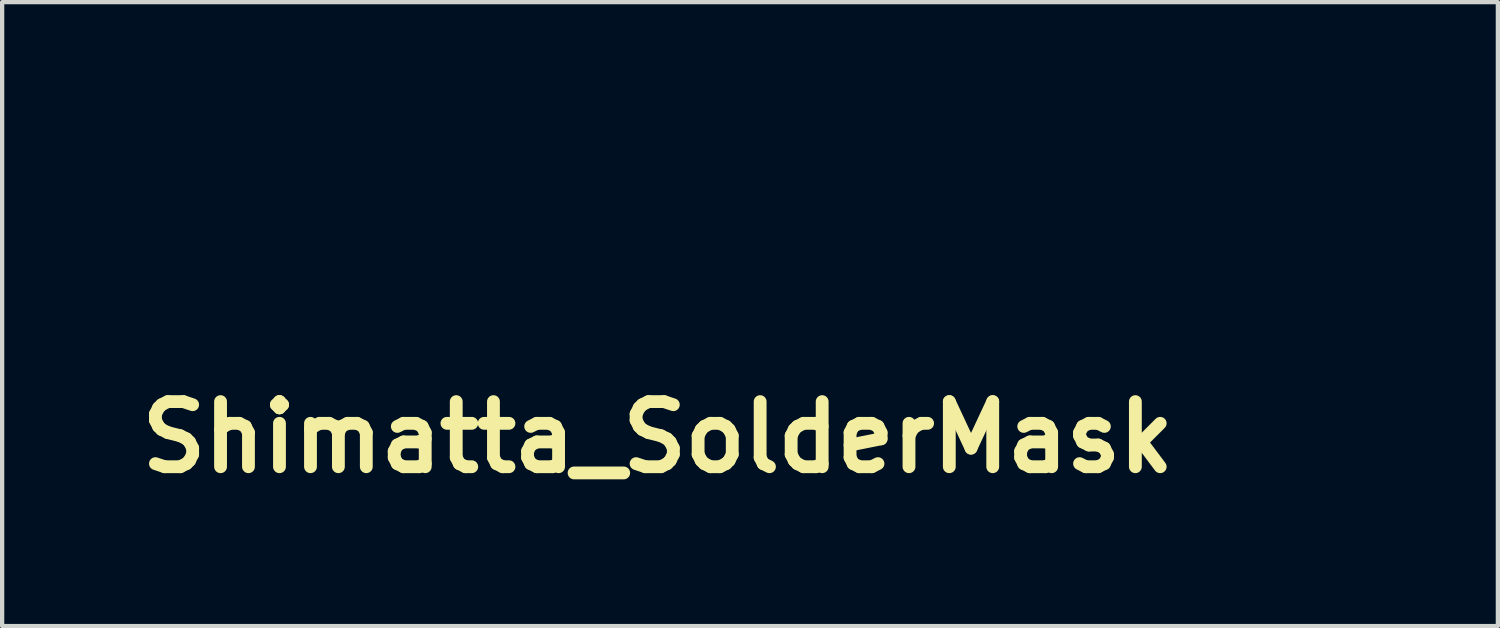
<source format=kicad_pcb>
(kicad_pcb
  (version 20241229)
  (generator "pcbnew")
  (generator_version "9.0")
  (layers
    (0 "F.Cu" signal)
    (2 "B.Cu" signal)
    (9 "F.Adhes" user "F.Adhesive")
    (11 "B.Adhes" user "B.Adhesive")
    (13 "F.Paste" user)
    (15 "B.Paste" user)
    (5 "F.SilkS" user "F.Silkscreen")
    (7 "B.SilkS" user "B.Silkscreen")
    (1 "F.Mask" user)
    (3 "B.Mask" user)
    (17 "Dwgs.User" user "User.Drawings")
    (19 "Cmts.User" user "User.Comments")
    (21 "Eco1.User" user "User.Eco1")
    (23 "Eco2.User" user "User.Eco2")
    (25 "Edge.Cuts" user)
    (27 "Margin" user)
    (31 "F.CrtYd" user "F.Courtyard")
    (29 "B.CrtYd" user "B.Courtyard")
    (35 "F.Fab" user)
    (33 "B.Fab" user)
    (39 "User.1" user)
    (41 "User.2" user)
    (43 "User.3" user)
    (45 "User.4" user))
  (footprint "Shimatta_SolderMask"
    (layer "F.Cu")
    (at 19.964 2.103)
    (property "Reference" "Shimatta_SolderMask" (at -7.62 5.08 0) (layer "F.SilkS") (effects (font (size 1.524 1.524) (thickness 0.3))))
    (attr through_hole)
    (fp_poly (pts (xy 8.989 1.856) (xy 8.982 1.888) (xy 8.962 1.916) (xy 8.927 1.94) (xy 8.876 1.962) (xy 8.809 1.98) (xy 8.723 1.997) (xy 8.618 2.011) (xy 8.507 2.022) (xy 8.467 2.025) (xy 8.411 2.027) (xy 8.344 2.029) (xy 8.27 2.03) (xy 8.192 2.031) (xy 8.114 2.031) (xy 8.041 2.031) (xy 7.976 2.03) (xy 7.924 2.029) (xy 7.888 2.027) (xy 7.883 2.026) (xy 7.723 2.003) (xy 7.582 1.971) (xy 7.457 1.93) (xy 7.345 1.88) (xy 7.246 1.818) (xy 7.156 1.746) (xy 7.12 1.71) (xy 7.039 1.613) (xy 6.979 1.511) (xy 6.939 1.404) (xy 6.919 1.291) (xy 6.92 1.172) (xy 6.928 1.11) (xy 6.947 1.018) (xy 6.975 0.919) (xy 7.007 0.823) (xy 7.039 0.746) (xy 7.069 0.683) (xy 7.087 0.711) (xy 7.096 0.726) (xy 7.099 0.741) (xy 7.098 0.762) (xy 7.09 0.794) (xy 7.084 0.816) (xy 7.056 0.94) (xy 7.041 1.059) (xy 7.039 1.17) (xy 7.051 1.269) (xy 7.057 1.292) (xy 7.094 1.396) (xy 7.15 1.491) (xy 7.221 1.575) (xy 7.307 1.646) (xy 7.404 1.702) (xy 7.448 1.721) (xy 7.514 1.743) (xy 7.58 1.76) (xy 7.648 1.772) (xy 7.725 1.779) (xy 7.814 1.783) (xy 7.888 1.783) (xy 7.964 1.782) (xy 8.03 1.78) (xy 8.09 1.776) (xy 8.15 1.769) (xy 8.212 1.758) (xy 8.283 1.744) (xy 8.365 1.725) (xy 8.454 1.703) (xy 8.542 1.682) (xy 8.612 1.667) (xy 8.669 1.658) (xy 8.715 1.654) (xy 8.753 1.655) (xy 8.786 1.661) (xy 8.807 1.667) (xy 8.858 1.69) (xy 8.906 1.724) (xy 8.946 1.764) (xy 8.975 1.807) (xy 8.988 1.847) (xy 8.989 1.856)) (stroke (width 0.1) (type solid)) (fill yes) (layer "F.Mask"))
    (fp_poly (pts (xy 8.82 -0.542) (xy 8.815 -0.522) (xy 8.799 -0.502) (xy 8.77 -0.481) (xy 8.728 -0.458) (xy 8.669 -0.433) (xy 8.593 -0.404) (xy 8.528 -0.381) (xy 8.314 -0.3) (xy 8.118 -0.211) (xy 7.938 -0.114) (xy 7.773 -0.006) (xy 7.721 0.032) (xy 7.688 0.057) (xy 7.662 0.075) (xy 7.646 0.084) (xy 7.645 0.085) (xy 7.635 0.076) (xy 7.622 0.057) (xy 7.616 0.044) (xy 7.616 0.032) (xy 7.623 0.018) (xy 7.64 -0.001) (xy 7.67 -0.029) (xy 7.687 -0.045) (xy 7.782 -0.131) (xy 7.874 -0.211) (xy 7.96 -0.282) (xy 8.036 -0.343) (xy 8.09 -0.382) (xy 8.133 -0.412) (xy 8.171 -0.44) (xy 8.2 -0.463) (xy 8.214 -0.474) (xy 8.23 -0.492) (xy 8.232 -0.506) (xy 8.224 -0.522) (xy 8.214 -0.533) (xy 8.2 -0.54) (xy 8.178 -0.544) (xy 8.141 -0.545) (xy 8.119 -0.545) (xy 8.082 -0.543) (xy 8.042 -0.539) (xy 7.995 -0.531) (xy 7.938 -0.52) (xy 7.867 -0.503) (xy 7.814 -0.49) (xy 7.68 -0.457) (xy 7.564 -0.431) (xy 7.462 -0.411) (xy 7.374 -0.397) (xy 7.295 -0.389) (xy 7.224 -0.387) (xy 7.158 -0.391) (xy 7.094 -0.4) (xy 7.03 -0.414) (xy 6.972 -0.431) (xy 6.935 -0.443) (xy 6.914 -0.454) (xy 6.906 -0.467) (xy 6.908 -0.485) (xy 6.909 -0.489) (xy 6.915 -0.516) (xy 6.981 -0.495) (xy 7.02 -0.485) (xy 7.062 -0.48) (xy 7.11 -0.48) (xy 7.164 -0.484) (xy 7.227 -0.495) (xy 7.302 -0.512) (xy 7.388 -0.535) (xy 7.49 -0.564) (xy 7.608 -0.601) (xy 7.693 -0.629) (xy 7.796 -0.662) (xy 7.881 -0.689) (xy 7.953 -0.71) (xy 8.014 -0.726) (xy 8.068 -0.738) (xy 8.118 -0.747) (xy 8.167 -0.752) (xy 8.219 -0.755) (xy 8.275 -0.756) (xy 8.311 -0.756) (xy 8.38 -0.756) (xy 8.433 -0.755) (xy 8.474 -0.752) (xy 8.509 -0.748) (xy 8.543 -0.74) (xy 8.574 -0.732) (xy 8.648 -0.706) (xy 8.711 -0.674) (xy 8.763 -0.637) (xy 8.799 -0.599) (xy 8.818 -0.56) (xy 8.82 -0.542)) (stroke (width 0.1) (type solid)) (fill yes) (layer "F.Mask"))
    (fp_poly (pts (xy -5.938 0.825) (xy -5.939 0.839) (xy -5.95 0.857) (xy -5.994 0.915) (xy -6.051 0.983) (xy -6.119 1.059) (xy -6.194 1.141) (xy -6.274 1.225) (xy -6.325 1.276) (xy -6.458 1.403) (xy -6.584 1.513) (xy -6.707 1.611) (xy -6.831 1.697) (xy -6.96 1.775) (xy -7.054 1.826) (xy -7.231 1.908) (xy -7.407 1.972) (xy -7.582 2.018) (xy -7.753 2.044) (xy -7.92 2.051) (xy -8.045 2.042) (xy -8.178 2.018) (xy -8.304 1.979) (xy -8.421 1.927) (xy -8.525 1.861) (xy -8.615 1.785) (xy -8.686 1.701) (xy -8.745 1.606) (xy -8.795 1.501) (xy -8.835 1.383) (xy -8.868 1.251) (xy -8.892 1.104) (xy -8.909 0.938) (xy -8.915 0.852) (xy -8.918 0.758) (xy -8.92 0.646) (xy -8.919 0.518) (xy -8.916 0.377) (xy -8.911 0.225) (xy -8.904 0.067) (xy -8.896 -0.097) (xy -8.887 -0.262) (xy -8.876 -0.427) (xy -8.864 -0.589) (xy -8.851 -0.744) (xy -8.837 -0.891) (xy -8.822 -1.026) (xy -8.817 -1.064) (xy -8.807 -1.163) (xy -8.799 -1.259) (xy -8.795 -1.359) (xy -8.794 -1.471) (xy -8.794 -1.482) (xy -8.794 -1.558) (xy -8.794 -1.617) (xy -8.795 -1.661) (xy -8.798 -1.693) (xy -8.801 -1.719) (xy -8.806 -1.74) (xy -8.814 -1.76) (xy -8.817 -1.77) (xy -8.852 -1.84) (xy -8.893 -1.897) (xy -8.938 -1.938) (xy -8.941 -1.94) (xy -8.967 -1.964) (xy -8.972 -1.99) (xy -8.959 -2.014) (xy -8.945 -2.016) (xy -8.915 -2.013) (xy -8.875 -2.006) (xy -8.827 -1.995) (xy -8.776 -1.983) (xy -8.728 -1.97) (xy -8.686 -1.957) (xy -8.674 -1.953) (xy -8.605 -1.921) (xy -8.545 -1.881) (xy -8.498 -1.837) (xy -8.471 -1.797) (xy -8.456 -1.753) (xy -8.45 -1.701) (xy -8.452 -1.637) (xy -8.463 -1.558) (xy -8.465 -1.546) (xy -8.51 -1.295) (xy -8.548 -1.061) (xy -8.58 -0.839) (xy -8.606 -0.626) (xy -8.627 -0.418) (xy -8.643 -0.212) (xy -8.654 -0.003) (xy -8.662 0.212) (xy -8.665 0.436) (xy -8.666 0.54) (xy -8.666 0.665) (xy -8.665 0.772) (xy -8.663 0.863) (xy -8.661 0.94) (xy -8.657 1.007) (xy -8.652 1.067) (xy -8.645 1.121) (xy -8.636 1.172) (xy -8.625 1.224) (xy -8.612 1.278) (xy -8.607 1.298) (xy -8.566 1.423) (xy -8.512 1.532) (xy -8.444 1.625) (xy -8.363 1.701) (xy -8.269 1.761) (xy -8.162 1.805) (xy -8.044 1.831) (xy -7.913 1.841) (xy -7.771 1.834) (xy -7.617 1.809) (xy -7.536 1.791) (xy -7.355 1.735) (xy -7.169 1.661) (xy -6.981 1.568) (xy -6.79 1.457) (xy -6.6 1.33) (xy -6.411 1.187) (xy -6.225 1.03) (xy -6.094 0.907) (xy -6.048 0.862) (xy -6.014 0.831) (xy -5.991 0.81) (xy -5.975 0.799) (xy -5.965 0.796) (xy -5.957 0.8) (xy -5.95 0.808) (xy -5.95 0.808) (xy -5.938 0.825)) (stroke (width 0.1) (type solid)) (fill yes) (layer "F.Mask"))
    (fp_poly (pts (xy 3.851 0.026) (xy 3.848 0.185) (xy 3.825 0.341) (xy 3.782 0.494) (xy 3.718 0.641) (xy 3.636 0.782) (xy 3.629 0.792) (xy 3.578 0.859) (xy 3.514 0.932) (xy 3.44 1.007) (xy 3.363 1.079) (xy 3.285 1.143) (xy 3.215 1.195) (xy 3.074 1.28) (xy 2.922 1.355) (xy 2.759 1.42) (xy 2.583 1.475) (xy 2.393 1.521) (xy 2.187 1.558) (xy 1.965 1.586) (xy 1.724 1.606) (xy 1.673 1.609) (xy 1.591 1.613) (xy 1.529 1.617) (xy 1.482 1.619) (xy 1.449 1.619) (xy 1.427 1.618) (xy 1.413 1.616) (xy 1.406 1.612) (xy 1.402 1.606) (xy 1.401 1.604) (xy 1.399 1.578) (xy 1.415 1.561) (xy 1.444 1.556) (xy 1.478 1.555) (xy 1.528 1.55) (xy 1.592 1.542) (xy 1.664 1.533) (xy 1.741 1.522) (xy 1.819 1.51) (xy 1.894 1.498) (xy 1.962 1.486) (xy 1.987 1.481) (xy 2.198 1.433) (xy 2.399 1.374) (xy 2.587 1.305) (xy 2.763 1.225) (xy 2.925 1.136) (xy 3.073 1.039) (xy 3.205 0.934) (xy 3.321 0.822) (xy 3.419 0.702) (xy 3.499 0.577) (xy 3.559 0.447) (xy 3.588 0.36) (xy 3.618 0.219) (xy 3.627 0.083) (xy 3.616 -0.047) (xy 3.586 -0.169) (xy 3.537 -0.283) (xy 3.469 -0.389) (xy 3.383 -0.484) (xy 3.279 -0.57) (xy 3.157 -0.644) (xy 3.109 -0.667) (xy 3.034 -0.7) (xy 2.964 -0.723) (xy 2.893 -0.74) (xy 2.816 -0.75) (xy 2.728 -0.756) (xy 2.647 -0.757) (xy 2.575 -0.756) (xy 2.519 -0.755) (xy 2.473 -0.752) (xy 2.432 -0.747) (xy 2.39 -0.739) (xy 2.342 -0.728) (xy 2.339 -0.727) (xy 2.255 -0.707) (xy 2.175 -0.684) (xy 2.096 -0.659) (xy 2.017 -0.631) (xy 1.934 -0.598) (xy 1.844 -0.56) (xy 1.745 -0.514) (xy 1.635 -0.461) (xy 1.51 -0.398) (xy 1.456 -0.371) (xy 1.344 -0.315) (xy 1.249 -0.269) (xy 1.168 -0.232) (xy 1.101 -0.203) (xy 1.044 -0.183) (xy 0.997 -0.169) (xy 0.956 -0.161) (xy 0.924 -0.159) (xy 0.858 -0.169) (xy 0.791 -0.199) (xy 0.725 -0.247) (xy 0.662 -0.312) (xy 0.627 -0.358) (xy 0.605 -0.39) (xy 0.594 -0.41) (xy 0.591 -0.424) (xy 0.597 -0.436) (xy 0.603 -0.445) (xy 0.623 -0.47) (xy 0.658 -0.436) (xy 0.701 -0.404) (xy 0.751 -0.388) (xy 0.81 -0.389) (xy 0.83 -0.392) (xy 0.884 -0.405) (xy 0.957 -0.427) (xy 1.046 -0.458) (xy 1.151 -0.497) (xy 1.272 -0.543) (xy 1.355 -0.577) (xy 1.57 -0.661) (xy 1.769 -0.731) (xy 1.956 -0.789) (xy 2.131 -0.834) (xy 2.297 -0.867) (xy 2.454 -0.888) (xy 2.605 -0.897) (xy 2.751 -0.896) (xy 2.894 -0.883) (xy 2.965 -0.872) (xy 3.121 -0.838) (xy 3.262 -0.788) (xy 3.39 -0.723) (xy 3.504 -0.642) (xy 3.607 -0.545) (xy 3.655 -0.488) (xy 3.734 -0.375) (xy 3.792 -0.256) (xy 3.83 -0.131) (xy 3.849 0.002) (xy 3.851 0.026)) (stroke (width 0.1) (type solid)) (fill yes) (layer "F.Mask"))
    (fp_poly (pts (xy 7.484 -1.15) (xy 7.477 -1.127) (xy 7.458 -1.102) (xy 7.452 -1.096) (xy 7.412 -1.061) (xy 7.352 -1.024) (xy 7.274 -0.986) (xy 7.179 -0.948) (xy 7.067 -0.909) (xy 6.942 -0.871) (xy 6.803 -0.833) (xy 6.652 -0.797) (xy 6.545 -0.773) (xy 6.493 -0.762) (xy 6.449 -0.752) (xy 6.417 -0.744) (xy 6.401 -0.74) (xy 6.4 -0.739) (xy 6.396 -0.728) (xy 6.387 -0.699) (xy 6.374 -0.654) (xy 6.356 -0.594) (xy 6.335 -0.521) (xy 6.311 -0.439) (xy 6.285 -0.347) (xy 6.257 -0.249) (xy 6.254 -0.238) (xy 6.178 0.023) (xy 6.106 0.264) (xy 6.038 0.488) (xy 5.972 0.697) (xy 5.907 0.892) (xy 5.845 1.075) (xy 5.782 1.248) (xy 5.72 1.413) (xy 5.658 1.571) (xy 5.594 1.723) (xy 5.579 1.759) (xy 5.539 1.85) (xy 5.504 1.922) (xy 5.474 1.978) (xy 5.448 2.017) (xy 5.425 2.043) (xy 5.417 2.049) (xy 5.392 2.059) (xy 5.359 2.064) (xy 5.351 2.065) (xy 5.317 2.061) (xy 5.294 2.048) (xy 5.28 2.033) (xy 5.253 1.985) (xy 5.245 1.926) (xy 5.253 1.855) (xy 5.256 1.841) (xy 5.261 1.822) (xy 5.266 1.805) (xy 5.272 1.786) (xy 5.28 1.764) (xy 5.291 1.737) (xy 5.306 1.703) (xy 5.325 1.659) (xy 5.35 1.603) (xy 5.381 1.533) (xy 5.42 1.448) (xy 5.446 1.389) (xy 5.565 1.116) (xy 5.678 0.832) (xy 5.784 0.547) (xy 5.879 0.268) (xy 5.906 0.18) (xy 5.931 0.099) (xy 5.957 0.012) (xy 5.983 -0.079) (xy 6.009 -0.171) (xy 6.035 -0.262) (xy 6.059 -0.351) (xy 6.081 -0.434) (xy 6.101 -0.509) (xy 6.117 -0.574) (xy 6.13 -0.627) (xy 6.138 -0.666) (xy 6.141 -0.688) (xy 6.141 -0.692) (xy 6.129 -0.692) (xy 6.1 -0.689) (xy 6.059 -0.684) (xy 6.01 -0.676) (xy 6.003 -0.675) (xy 5.893 -0.662) (xy 5.77 -0.655) (xy 5.691 -0.653) (xy 5.624 -0.653) (xy 5.573 -0.654) (xy 5.535 -0.656) (xy 5.503 -0.659) (xy 5.475 -0.665) (xy 5.445 -0.674) (xy 5.425 -0.681) (xy 5.366 -0.704) (xy 5.306 -0.734) (xy 5.252 -0.767) (xy 5.209 -0.8) (xy 5.194 -0.814) (xy 5.183 -0.829) (xy 5.182 -0.842) (xy 5.193 -0.861) (xy 5.199 -0.868) (xy 5.222 -0.901) (xy 5.25 -0.875) (xy 5.278 -0.851) (xy 5.305 -0.834) (xy 5.335 -0.822) (xy 5.372 -0.815) (xy 5.42 -0.812) (xy 5.484 -0.811) (xy 5.506 -0.811) (xy 5.585 -0.814) (xy 5.663 -0.819) (xy 5.743 -0.829) (xy 5.831 -0.843) (xy 5.93 -0.863) (xy 6.044 -0.889) (xy 6.056 -0.892) (xy 6.108 -0.904) (xy 6.152 -0.914) (xy 6.184 -0.922) (xy 6.2 -0.926) (xy 6.202 -0.927) (xy 6.206 -0.938) (xy 6.212 -0.966) (xy 6.221 -1.008) (xy 6.231 -1.06) (xy 6.242 -1.118) (xy 6.253 -1.179) (xy 6.263 -1.239) (xy 6.272 -1.295) (xy 6.278 -1.332) (xy 6.294 -1.455) (xy 6.304 -1.559) (xy 6.307 -1.647) (xy 6.305 -1.722) (xy 6.296 -1.785) (xy 6.281 -1.84) (xy 6.26 -1.888) (xy 6.257 -1.893) (xy 6.229 -1.933) (xy 6.196 -1.966) (xy 6.182 -1.976) (xy 6.14 -2.005) (xy 6.167 -2.032) (xy 6.182 -2.046) (xy 6.197 -2.053) (xy 6.217 -2.053) (xy 6.249 -2.047) (xy 6.257 -2.045) (xy 6.307 -2.033) (xy 6.364 -2.017) (xy 6.422 -1.999) (xy 6.476 -1.98) (xy 6.521 -1.963) (xy 6.551 -1.948) (xy 6.552 -1.948) (xy 6.581 -1.927) (xy 6.603 -1.901) (xy 6.619 -1.869) (xy 6.629 -1.829) (xy 6.632 -1.78) (xy 6.63 -1.719) (xy 6.62 -1.646) (xy 6.605 -1.558) (xy 6.583 -1.454) (xy 6.554 -1.333) (xy 6.534 -1.252) (xy 6.517 -1.183) (xy 6.502 -1.122) (xy 6.489 -1.071) (xy 6.48 -1.033) (xy 6.475 -1.011) (xy 6.474 -1.006) (xy 6.487 -1.009) (xy 6.516 -1.019) (xy 6.559 -1.033) (xy 6.612 -1.052) (xy 6.673 -1.073) (xy 6.738 -1.095) (xy 6.803 -1.119) (xy 6.867 -1.141) (xy 6.925 -1.162) (xy 6.974 -1.18) (xy 7.004 -1.192) (xy 7.083 -1.222) (xy 7.144 -1.245) (xy 7.192 -1.262) (xy 7.227 -1.275) (xy 7.254 -1.283) (xy 7.275 -1.288) (xy 7.292 -1.29) (xy 7.308 -1.291) (xy 7.316 -1.291) (xy 7.36 -1.286) (xy 7.406 -1.272) (xy 7.444 -1.252) (xy 7.463 -1.236) (xy 7.473 -1.214) (xy 7.481 -1.183) (xy 7.482 -1.177) (xy 7.484 -1.15)) (stroke (width 0.1) (type solid)) (fill yes) (layer "F.Mask"))
    (fp_poly (pts (xy -1.186 1.975) (xy -1.193 2.021) (xy -1.214 2.051) (xy -1.249 2.066) (xy -1.298 2.066) (xy -1.316 2.063) (xy -1.352 2.052) (xy -1.397 2.033) (xy -1.451 2.004) (xy -1.516 1.966) (xy -1.594 1.916) (xy -1.686 1.854) (xy -1.744 1.814) (xy -1.818 1.763) (xy -1.898 1.708) (xy -1.979 1.654) (xy -2.055 1.603) (xy -2.121 1.559) (xy -2.151 1.54) (xy -2.211 1.501) (xy -2.256 1.474) (xy -2.288 1.455) (xy -2.31 1.445) (xy -2.323 1.442) (xy -2.33 1.444) (xy -2.331 1.448) (xy -2.339 1.467) (xy -2.351 1.499) (xy -2.365 1.533) (xy -2.419 1.646) (xy -2.488 1.745) (xy -2.551 1.809) (xy -2.551 1.339) (xy -2.56 1.322) (xy -2.58 1.308) (xy -2.612 1.294) (xy -2.619 1.291) (xy -2.751 1.245) (xy -2.893 1.215) (xy -3.041 1.201) (xy -3.191 1.204) (xy -3.212 1.205) (xy -3.354 1.224) (xy -3.477 1.253) (xy -3.583 1.291) (xy -3.67 1.338) (xy -3.738 1.394) (xy -3.787 1.46) (xy -3.795 1.475) (xy -3.816 1.534) (xy -3.822 1.597) (xy -3.814 1.657) (xy -3.808 1.676) (xy -3.785 1.713) (xy -3.747 1.751) (xy -3.7 1.785) (xy -3.674 1.8) (xy -3.602 1.829) (xy -3.513 1.852) (xy -3.415 1.867) (xy -3.311 1.875) (xy -3.206 1.876) (xy -3.105 1.868) (xy -3.041 1.857) (xy -2.93 1.823) (xy -2.831 1.773) (xy -2.743 1.706) (xy -2.669 1.624) (xy -2.611 1.529) (xy -2.578 1.452) (xy -2.561 1.4) (xy -2.552 1.363) (xy -2.551 1.339) (xy -2.551 1.809) (xy -2.573 1.831) (xy -2.675 1.905) (xy -2.75 1.947) (xy -2.851 1.99) (xy -2.961 2.021) (xy -3.076 2.041) (xy -3.193 2.05) (xy -3.312 2.049) (xy -3.428 2.037) (xy -3.54 2.016) (xy -3.645 1.986) (xy -3.74 1.947) (xy -3.824 1.9) (xy -3.894 1.844) (xy -3.947 1.781) (xy -3.961 1.757) (xy -3.973 1.732) (xy -3.98 1.707) (xy -3.984 1.677) (xy -3.986 1.634) (xy -3.986 1.599) (xy -3.986 1.547) (xy -3.984 1.51) (xy -3.979 1.483) (xy -3.97 1.458) (xy -3.956 1.431) (xy -3.903 1.35) (xy -3.83 1.275) (xy -3.742 1.207) (xy -3.64 1.148) (xy -3.527 1.099) (xy -3.405 1.061) (xy -3.312 1.042) (xy -3.224 1.032) (xy -3.122 1.028) (xy -3.012 1.03) (xy -2.901 1.037) (xy -2.794 1.049) (xy -2.714 1.063) (xy -2.662 1.075) (xy -2.615 1.085) (xy -2.579 1.095) (xy -2.558 1.101) (xy -2.53 1.111) (xy -2.53 0.95) (xy -2.531 0.901) (xy -2.532 0.84) (xy -2.534 0.77) (xy -2.536 0.695) (xy -2.539 0.618) (xy -2.541 0.541) (xy -2.544 0.468) (xy -2.547 0.402) (xy -2.55 0.346) (xy -2.553 0.303) (xy -2.555 0.276) (xy -2.556 0.269) (xy -2.568 0.264) (xy -2.598 0.263) (xy -2.638 0.267) (xy -2.675 0.27) (xy -2.728 0.273) (xy -2.791 0.275) (xy -2.859 0.276) (xy -2.901 0.276) (xy -3.009 0.274) (xy -3.1 0.268) (xy -3.179 0.257) (xy -3.251 0.239) (xy -3.319 0.215) (xy -3.375 0.19) (xy -3.428 0.162) (xy -3.473 0.132) (xy -3.517 0.095) (xy -3.55 0.063) (xy -3.583 0.029) (xy -3.61 -0.000049) (xy -3.627 -0.021) (xy -3.632 -0.029) (xy -3.624 -0.042) (xy -3.605 -0.057) (xy -3.588 -0.067) (xy -3.573 -0.067) (xy -3.553 -0.058) (xy -3.535 -0.047) (xy -3.447 -0.002) (xy -3.343 0.032) (xy -3.227 0.055) (xy -3.099 0.067) (xy -2.964 0.068) (xy -2.824 0.058) (xy -2.682 0.035) (xy -2.632 0.025) (xy -2.56 0.008) (xy -2.566 -0.03) (xy -2.568 -0.05) (xy -2.569 -0.088) (xy -2.57 -0.141) (xy -2.571 -0.208) (xy -2.572 -0.284) (xy -2.573 -0.368) (xy -2.573 -0.433) (xy -2.573 -0.797) (xy -2.644 -0.79) (xy -2.742 -0.782) (xy -2.845 -0.776) (xy -2.947 -0.771) (xy -3.045 -0.768) (xy -3.135 -0.767) (xy -3.214 -0.767) (xy -3.276 -0.771) (xy -3.289 -0.772) (xy -3.415 -0.791) (xy -3.524 -0.822) (xy -3.617 -0.865) (xy -3.697 -0.921) (xy -3.764 -0.991) (xy -3.794 -1.032) (xy -3.811 -1.058) (xy -3.821 -1.077) (xy -3.822 -1.081) (xy -3.814 -1.091) (xy -3.795 -1.106) (xy -3.795 -1.106) (xy -3.778 -1.116) (xy -3.765 -1.116) (xy -3.748 -1.105) (xy -3.728 -1.087) (xy -3.685 -1.055) (xy -3.634 -1.029) (xy -3.573 -1.01) (xy -3.499 -0.995) (xy -3.411 -0.986) (xy -3.305 -0.981) (xy -3.208 -0.98) (xy -3.119 -0.981) (xy -3.041 -0.983) (xy -2.969 -0.987) (xy -2.897 -0.994) (xy -2.819 -1.003) (xy -2.729 -1.016) (xy -2.681 -1.023) (xy -2.573 -1.04) (xy -2.573 -1.338) (xy -2.574 -1.444) (xy -2.575 -1.531) (xy -2.578 -1.603) (xy -2.583 -1.662) (xy -2.589 -1.711) (xy -2.598 -1.752) (xy -2.61 -1.789) (xy -2.625 -1.824) (xy -2.632 -1.839) (xy -2.655 -1.877) (xy -2.682 -1.913) (xy -2.696 -1.928) (xy -2.722 -1.959) (xy -2.731 -1.985) (xy -2.723 -2.009) (xy -2.709 -2.013) (xy -2.679 -2.01) (xy -2.637 -2.001) (xy -2.588 -1.987) (xy -2.535 -1.97) (xy -2.483 -1.95) (xy -2.434 -1.928) (xy -2.393 -1.907) (xy -2.385 -1.902) (xy -2.337 -1.865) (xy -2.299 -1.822) (xy -2.275 -1.778) (xy -2.27 -1.76) (xy -2.268 -1.736) (xy -2.268 -1.696) (xy -2.27 -1.643) (xy -2.273 -1.584) (xy -2.276 -1.546) (xy -2.281 -1.473) (xy -2.286 -1.395) (xy -2.291 -1.318) (xy -2.294 -1.253) (xy -2.295 -1.236) (xy -2.297 -1.18) (xy -2.297 -1.142) (xy -2.296 -1.119) (xy -2.292 -1.106) (xy -2.286 -1.102) (xy -2.283 -1.101) (xy -2.268 -1.104) (xy -2.236 -1.111) (xy -2.189 -1.122) (xy -2.13 -1.137) (xy -2.062 -1.155) (xy -1.987 -1.174) (xy -1.981 -1.176) (xy -1.858 -1.207) (xy -1.753 -1.233) (xy -1.665 -1.254) (xy -1.591 -1.27) (xy -1.529 -1.281) (xy -1.478 -1.288) (xy -1.435 -1.291) (xy -1.416 -1.291) (xy -1.349 -1.285) (xy -1.296 -1.267) (xy -1.26 -1.238) (xy -1.241 -1.199) (xy -1.239 -1.175) (xy -1.248 -1.149) (xy -1.272 -1.118) (xy -1.306 -1.087) (xy -1.347 -1.059) (xy -1.376 -1.044) (xy -1.415 -1.029) (xy -1.471 -1.012) (xy -1.541 -0.992) (xy -1.622 -0.97) (xy -1.711 -0.948) (xy -1.805 -0.926) (xy -1.9 -0.905) (xy -1.993 -0.885) (xy -2.081 -0.868) (xy -2.161 -0.853) (xy -2.228 -0.843) (xy -2.242 -0.841) (xy -2.298 -0.834) (xy -2.298 -0.45) (xy -2.298 -0.066) (xy -2.163 -0.116) (xy -2.106 -0.137) (xy -2.036 -0.164) (xy -1.96 -0.194) (xy -1.886 -0.223) (xy -1.842 -0.241) (xy -1.749 -0.278) (xy -1.673 -0.307) (xy -1.611 -0.329) (xy -1.559 -0.344) (xy -1.516 -0.354) (xy -1.479 -0.36) (xy -1.445 -0.361) (xy -1.387 -0.358) (xy -1.346 -0.346) (xy -1.317 -0.326) (xy -1.309 -0.316) (xy -1.293 -0.277) (xy -1.298 -0.236) (xy -1.321 -0.192) (xy -1.364 -0.147) (xy -1.424 -0.103) (xy -1.481 -0.071) (xy -1.552 -0.036) (xy -1.639 0.002) (xy -1.737 0.041) (xy -1.841 0.08) (xy -1.946 0.117) (xy -2.047 0.15) (xy -2.139 0.177) (xy -2.215 0.196) (xy -2.297 0.214) (xy -2.3 0.7) (xy -2.303 1.186) (xy -2.192 1.23) (xy -2.105 1.267) (xy -2.007 1.313) (xy -1.905 1.364) (xy -1.804 1.418) (xy -1.711 1.47) (xy -1.644 1.511) (xy -1.518 1.595) (xy -1.413 1.674) (xy -1.327 1.747) (xy -1.261 1.816) (xy -1.216 1.879) (xy -1.191 1.937) (xy -1.186 1.975)) (stroke (width 0.1) (type solid)) (fill yes) (layer "F.Mask")))
  (gr_rect
    (start -3 -3)
    (end 32.003 11.601)
    (stroke (width 0.1) (type default))
    (fill no)
    (layer "Edge.Cuts")))
</source>
